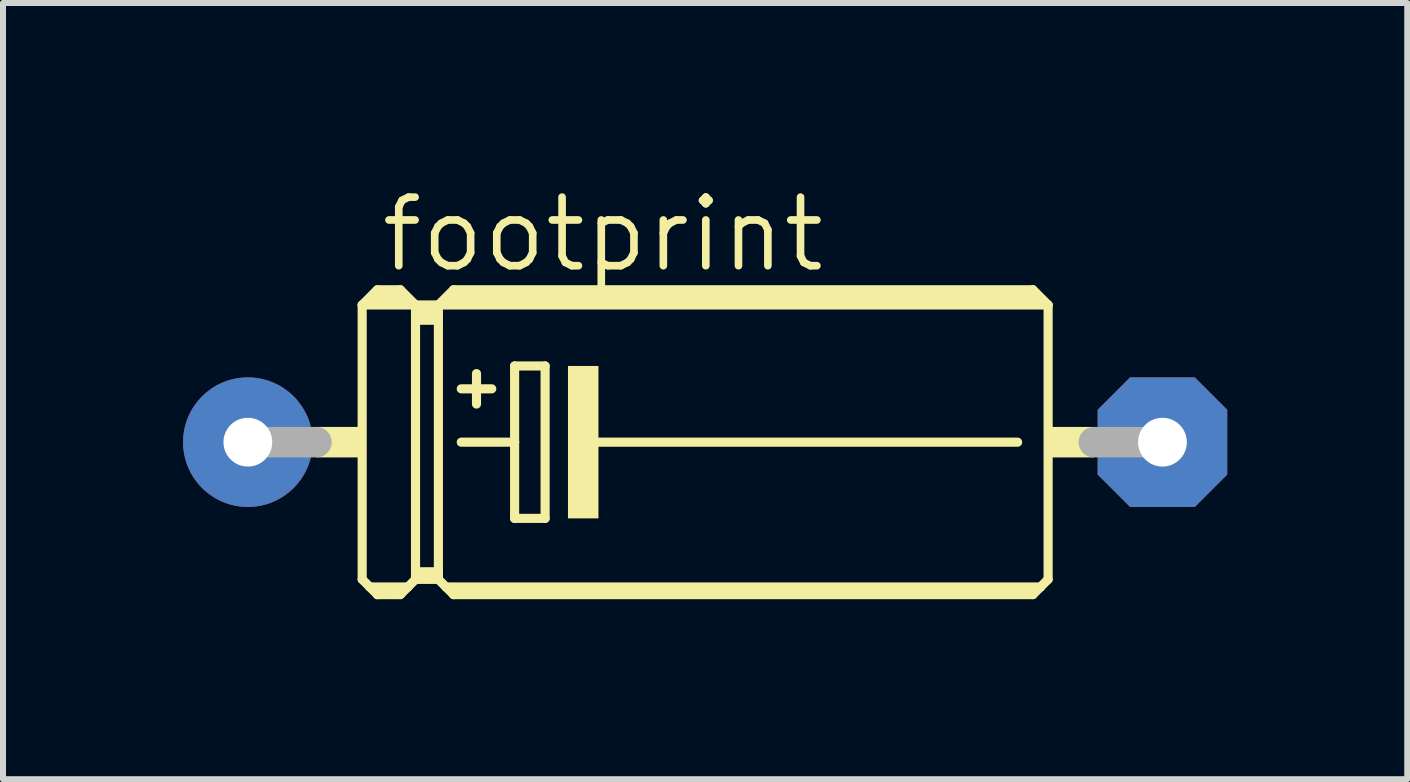
<source format=kicad_pcb>
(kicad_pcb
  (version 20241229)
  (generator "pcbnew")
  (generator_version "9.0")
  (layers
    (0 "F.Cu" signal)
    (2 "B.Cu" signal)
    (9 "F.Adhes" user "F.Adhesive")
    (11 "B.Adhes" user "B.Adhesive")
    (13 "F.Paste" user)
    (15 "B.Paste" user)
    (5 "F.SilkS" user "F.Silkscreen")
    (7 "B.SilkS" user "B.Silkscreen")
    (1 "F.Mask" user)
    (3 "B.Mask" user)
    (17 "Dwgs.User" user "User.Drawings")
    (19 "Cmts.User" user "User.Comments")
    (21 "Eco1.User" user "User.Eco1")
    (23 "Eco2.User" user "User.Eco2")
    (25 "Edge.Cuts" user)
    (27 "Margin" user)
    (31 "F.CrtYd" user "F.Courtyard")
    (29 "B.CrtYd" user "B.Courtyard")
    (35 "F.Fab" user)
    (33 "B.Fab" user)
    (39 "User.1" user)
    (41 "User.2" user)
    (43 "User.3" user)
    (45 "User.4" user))
  (footprint "footprint"
    (layer "F.Cu")
    (at 8.7 4.318)
    (property "Reference" "footprint" (at -5.461 -2.794 0) (layer "F.SilkS") (effects (font (size 1.143 1.143) (thickness 0.127)) (justify left bottom)))
    (fp_line (start -5.715 -2.286) (end -4.826 -2.286) (stroke (width 0.152) (type solid)) (layer "F.SilkS"))
    (fp_line (start -5.715 2.286) (end -5.715 -2.286) (stroke (width 0.152) (type solid)) (layer "F.SilkS"))
    (fp_line (start -5.715 2.286) (end -5.588 2.413) (stroke (width 0.152) (type solid)) (layer "F.SilkS"))
    (fp_line (start -5.588 2.413) (end -5.461 2.54) (stroke (width 0.152) (type solid)) (layer "F.SilkS"))
    (fp_line (start -5.588 2.413) (end -4.953 2.413) (stroke (width 0.152) (type solid)) (layer "F.SilkS"))
    (fp_line (start -5.461 -2.54) (end -5.715 -2.286) (stroke (width 0.152) (type solid)) (layer "F.SilkS"))
    (fp_line (start -5.461 -2.54) (end -5.08 -2.54) (stroke (width 0.152) (type solid)) (layer "F.SilkS"))
    (fp_line (start -5.461 -2.413) (end -5.08 -2.413) (stroke (width 0.305) (type solid)) (layer "F.SilkS"))
    (fp_line (start -5.461 2.489) (end -5.461 2.54) (stroke (width 0.152) (type solid)) (layer "F.SilkS"))
    (fp_line (start -5.461 2.54) (end -5.08 2.54) (stroke (width 0.152) (type solid)) (layer "F.SilkS"))
    (fp_line (start -5.08 -2.54) (end -4.826 -2.286) (stroke (width 0.152) (type solid)) (layer "F.SilkS"))
    (fp_line (start -5.08 2.489) (end -5.461 2.489) (stroke (width 0.152) (type solid)) (layer "F.SilkS"))
    (fp_line (start -5.08 2.54) (end -4.953 2.413) (stroke (width 0.152) (type solid)) (layer "F.SilkS"))
    (fp_line (start -4.953 2.413) (end -4.826 2.286) (stroke (width 0.152) (type solid)) (layer "F.SilkS"))
    (fp_line (start -4.826 -2.286) (end -4.826 -2.032) (stroke (width 0.152) (type solid)) (layer "F.SilkS"))
    (fp_line (start -4.826 -2.286) (end -4.445 -2.286) (stroke (width 0.152) (type solid)) (layer "F.SilkS"))
    (fp_line (start -4.826 -2.032) (end -4.826 2.159) (stroke (width 0.152) (type solid)) (layer "F.SilkS"))
    (fp_line (start -4.826 -2.032) (end -4.445 -2.032) (stroke (width 0.152) (type solid)) (layer "F.SilkS"))
    (fp_line (start -4.826 2.159) (end -4.826 2.235) (stroke (width 0.152) (type solid)) (layer "F.SilkS"))
    (fp_line (start -4.826 2.159) (end -4.445 2.159) (stroke (width 0.152) (type solid)) (layer "F.SilkS"))
    (fp_line (start -4.826 2.235) (end -4.826 2.286) (stroke (width 0.152) (type solid)) (layer "F.SilkS"))
    (fp_line (start -4.826 2.286) (end -4.445 2.286) (stroke (width 0.152) (type solid)) (layer "F.SilkS"))
    (fp_line (start -4.699 -2.159) (end -4.572 -2.159) (stroke (width 0.305) (type solid)) (layer "F.SilkS"))
    (fp_line (start -4.445 -2.286) (end -4.445 -2.032) (stroke (width 0.152) (type solid)) (layer "F.SilkS"))
    (fp_line (start -4.445 -2.286) (end -4.191 -2.54) (stroke (width 0.152) (type solid)) (layer "F.SilkS"))
    (fp_line (start -4.445 -2.286) (end 5.715 -2.286) (stroke (width 0.152) (type solid)) (layer "F.SilkS"))
    (fp_line (start -4.445 -2.032) (end -4.445 2.159) (stroke (width 0.152) (type solid)) (layer "F.SilkS"))
    (fp_line (start -4.445 2.159) (end -4.445 2.235) (stroke (width 0.152) (type solid)) (layer "F.SilkS"))
    (fp_line (start -4.445 2.235) (end -4.826 2.235) (stroke (width 0.152) (type solid)) (layer "F.SilkS"))
    (fp_line (start -4.445 2.235) (end -4.445 2.286) (stroke (width 0.152) (type solid)) (layer "F.SilkS"))
    (fp_line (start -4.445 2.286) (end -4.318 2.413) (stroke (width 0.152) (type solid)) (layer "F.SilkS"))
    (fp_line (start -4.318 2.413) (end -4.191 2.54) (stroke (width 0.152) (type solid)) (layer "F.SilkS"))
    (fp_line (start -4.318 2.413) (end 5.588 2.413) (stroke (width 0.152) (type solid)) (layer "F.SilkS"))
    (fp_line (start -4.191 -2.54) (end 5.461 -2.54) (stroke (width 0.152) (type solid)) (layer "F.SilkS"))
    (fp_line (start -4.191 -2.413) (end 5.461 -2.413) (stroke (width 0.305) (type solid)) (layer "F.SilkS"))
    (fp_line (start -4.191 2.489) (end -4.191 2.54) (stroke (width 0.152) (type solid)) (layer "F.SilkS"))
    (fp_line (start -4.191 2.54) (end 5.461 2.54) (stroke (width 0.152) (type solid)) (layer "F.SilkS"))
    (fp_line (start -4.064 -0.889) (end -3.556 -0.889) (stroke (width 0.152) (type solid)) (layer "F.SilkS"))
    (fp_line (start -4.064 0) (end -3.175 0) (stroke (width 0.152) (type solid)) (layer "F.SilkS"))
    (fp_line (start -3.81 -1.143) (end -3.81 -0.635) (stroke (width 0.152) (type solid)) (layer "F.SilkS"))
    (fp_line (start -3.175 -1.27) (end -3.175 0) (stroke (width 0.152) (type solid)) (layer "F.SilkS"))
    (fp_line (start -3.175 0) (end -3.175 1.27) (stroke (width 0.152) (type solid)) (layer "F.SilkS"))
    (fp_line (start -3.175 1.27) (end -2.667 1.27) (stroke (width 0.152) (type solid)) (layer "F.SilkS"))
    (fp_line (start -2.667 -1.27) (end -3.175 -1.27) (stroke (width 0.152) (type solid)) (layer "F.SilkS"))
    (fp_line (start -2.667 1.27) (end -2.667 -1.27) (stroke (width 0.152) (type solid)) (layer "F.SilkS"))
    (fp_line (start -1.905 0) (end 5.207 0) (stroke (width 0.152) (type solid)) (layer "F.SilkS"))
    (fp_line (start 5.461 2.489) (end -4.191 2.489) (stroke (width 0.152) (type solid)) (layer "F.SilkS"))
    (fp_line (start 5.588 2.413) (end 5.461 2.54) (stroke (width 0.152) (type solid)) (layer "F.SilkS"))
    (fp_line (start 5.715 -2.286) (end 5.461 -2.54) (stroke (width 0.152) (type solid)) (layer "F.SilkS"))
    (fp_line (start 5.715 -2.286) (end 5.715 2.286) (stroke (width 0.152) (type solid)) (layer "F.SilkS"))
    (fp_line (start 5.715 2.286) (end 5.588 2.413) (stroke (width 0.152) (type solid)) (layer "F.SilkS"))
    (fp_poly (pts (xy -6.477 0.254) (xy -5.715 0.254) (xy -5.715 -0.254) (xy -6.477 -0.254)) (stroke (width 0) (type solid)) (fill yes) (layer "F.SilkS"))
    (fp_poly (pts (xy -2.286 1.27) (xy -1.778 1.27) (xy -1.778 -1.27) (xy -2.286 -1.27)) (stroke (width 0) (type solid)) (fill yes) (layer "F.SilkS"))
    (fp_poly (pts (xy 5.715 0.254) (xy 6.477 0.254) (xy 6.477 -0.254) (xy 5.715 -0.254)) (stroke (width 0) (type solid)) (fill yes) (layer "F.SilkS"))
    (fp_line (start -7.62 0) (end -6.477 0) (stroke (width 0.508) (type solid)) (layer "F.Fab"))
    (fp_line (start 7.62 0) (end 6.477 0) (stroke (width 0.508) (type solid)) (layer "F.Fab"))
    (pad "+" thru_hole circle (at -7.62 0) (size 2.159 2.159) (drill 0.813) (layers "*.Cu" "*.Mask"))
    (pad "-" thru_hole roundrect (at 7.62 0) (size 2.159 2.159) (drill 0.813) (layers "*.Cu" "*.Mask") (roundrect_rratio 0.25) (chamfer_ratio 0.25) (chamfer top_left top_right bottom_left bottom_right)))
  (gr_rect
    (start -3 -3)
    (end 20.399 9.934)
    (stroke (width 0.1) (type default))
    (fill no)
    (layer "Edge.Cuts")))
</source>
